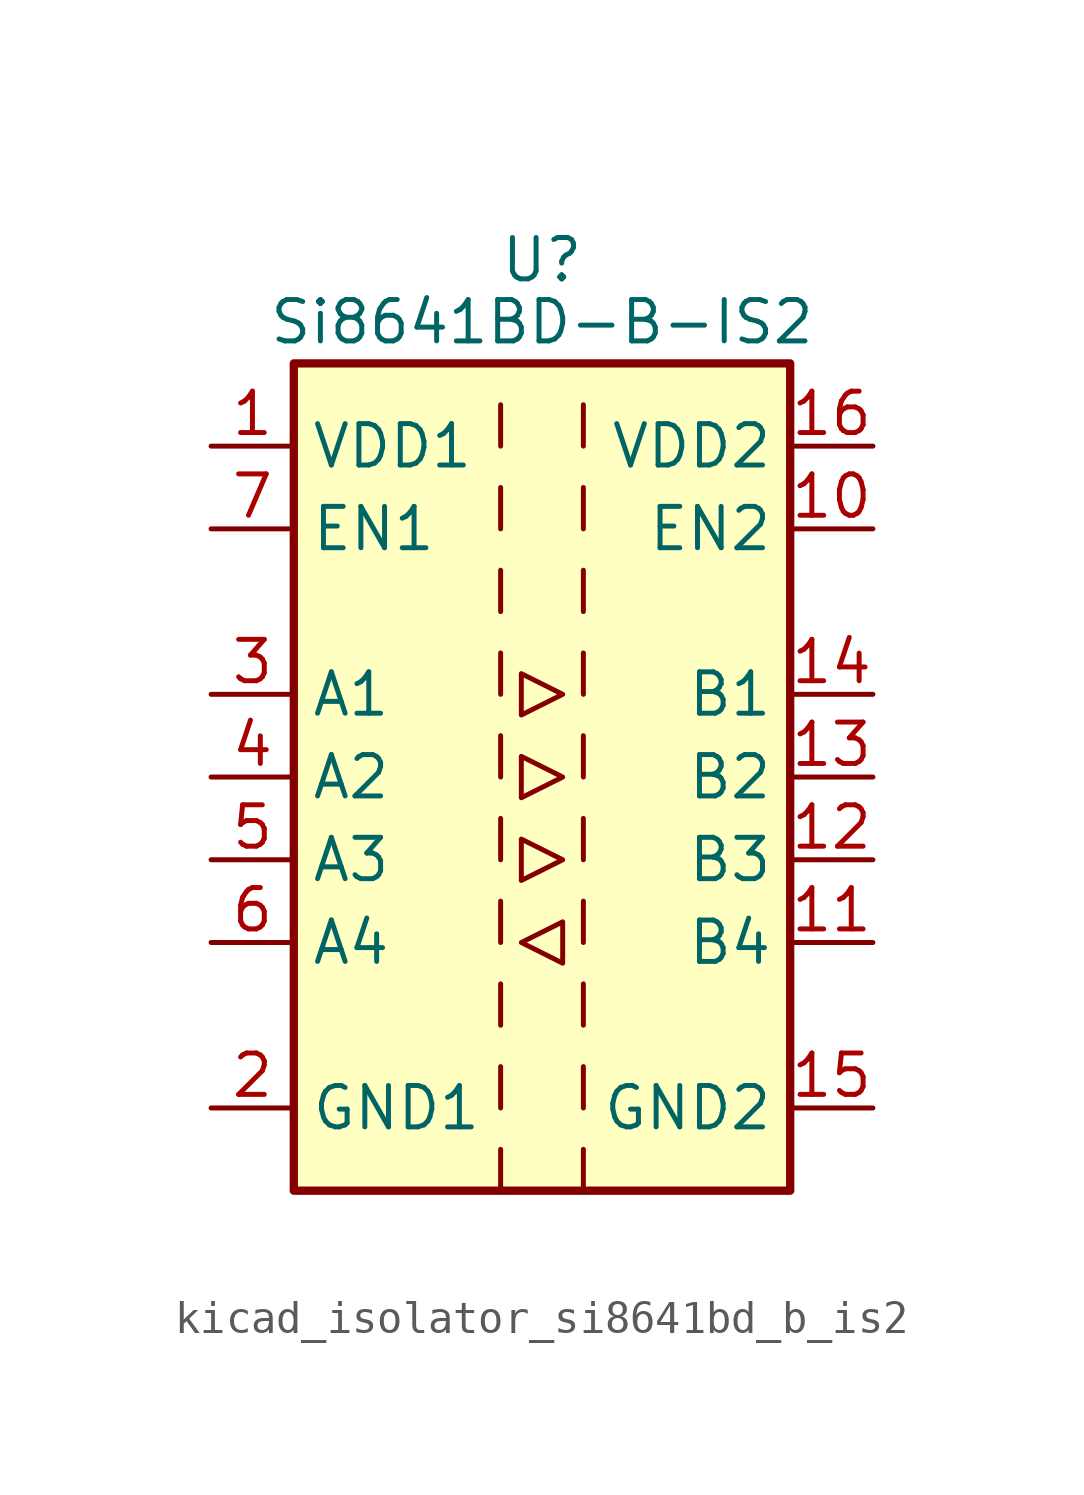
<source format=kicad_sym>
(kicad_symbol_lib
  (version 20220914)
  (generator kicad_symbol_editor)
  (symbol "kicad_isolator_si8641bd_b_is2"
    (property "Reference" "U"
      (at 0 15.875 0)
      (effects (font (size 1.27 1.27))))
    (property "Value" "Si8641BD-B-IS2"
      (at 0 13.97 0)
      (effects (font (size 1.27 1.27))))
    (symbol "kicad_isolator_si8641bd_b_is2_0_1"
      (rectangle (start -7.62 12.7) (end 7.62 -12.7) (stroke (width 0.254) (type default)) (fill (type background)))
      (polyline (pts (xy -1.27 -11.43) (xy -1.27 -12.7)) (stroke (width 0) (type default)) (fill (type none)))
      (polyline (pts (xy -1.27 -8.89) (xy -1.27 -10.16)) (stroke (width 0) (type default)) (fill (type none)))
      (polyline (pts (xy -1.27 -6.35) (xy -1.27 -7.62)) (stroke (width 0) (type default)) (fill (type none)))
      (polyline (pts (xy -1.27 -3.81) (xy -1.27 -5.08)) (stroke (width 0) (type default)) (fill (type none)))
      (polyline (pts (xy -1.27 -1.27) (xy -1.27 -2.54)) (stroke (width 0) (type default)) (fill (type none)))
      (polyline (pts (xy -1.27 1.27) (xy -1.27 0)) (stroke (width 0) (type default)) (fill (type none)))
      (polyline (pts (xy -1.27 3.81) (xy -1.27 2.54)) (stroke (width 0) (type default)) (fill (type none)))
      (polyline (pts (xy -1.27 6.35) (xy -1.27 5.08)) (stroke (width 0) (type default)) (fill (type none)))
      (polyline (pts (xy -1.27 8.89) (xy -1.27 7.62)) (stroke (width 0) (type default)) (fill (type none)))
      (polyline (pts (xy -1.27 11.43) (xy -1.27 10.16)) (stroke (width 0) (type default)) (fill (type none)))
      (polyline (pts (xy 1.27 -11.43) (xy 1.27 -12.7)) (stroke (width 0) (type default)) (fill (type none)))
      (polyline (pts (xy 1.27 -8.89) (xy 1.27 -10.16)) (stroke (width 0) (type default)) (fill (type none)))
      (polyline (pts (xy 1.27 -6.35) (xy 1.27 -7.62)) (stroke (width 0) (type default)) (fill (type none)))
      (polyline (pts (xy 1.27 -3.81) (xy 1.27 -5.08)) (stroke (width 0) (type default)) (fill (type none)))
      (polyline (pts (xy 1.27 -1.27) (xy 1.27 -2.54)) (stroke (width 0) (type default)) (fill (type none)))
      (polyline (pts (xy 1.27 1.27) (xy 1.27 0)) (stroke (width 0) (type default)) (fill (type none)))
      (polyline (pts (xy 1.27 3.81) (xy 1.27 2.54)) (stroke (width 0) (type default)) (fill (type none)))
      (polyline (pts (xy 1.27 6.35) (xy 1.27 5.08)) (stroke (width 0) (type default)) (fill (type none)))
      (polyline (pts (xy 1.27 8.89) (xy 1.27 7.62)) (stroke (width 0) (type default)) (fill (type none)))
      (polyline (pts (xy 1.27 11.43) (xy 1.27 10.16)) (stroke (width 0) (type default)) (fill (type none)))
      (polyline (pts (xy -0.635 -5.08) (xy 0.635 -4.445) (xy 0.635 -5.715) (xy -0.635 -5.08)) (stroke (width 0) (type default)) (fill (type none)))
      (polyline (pts (xy -0.635 0.635) (xy -0.635 -0.635) (xy 0.635 0) (xy -0.635 0.635)) (stroke (width 0) (type default)) (fill (type none)))
      (polyline (pts (xy -0.635 3.175) (xy -0.635 1.905) (xy 0.635 2.54) (xy -0.635 3.175)) (stroke (width 0) (type default)) (fill (type none)))
      (polyline (pts (xy 0.635 -2.54) (xy -0.635 -1.905) (xy -0.635 -3.175) (xy 0.635 -2.54)) (stroke (width 0) (type default)) (fill (type none))))
    (symbol "kicad_isolator_si8641bd_b_is2_1_1"
      (pin power_in line (at -10.16 10.16 0) (length 2.54) (name "VDD1" (effects (font (size 1.27 1.27)))) (number "1" (effects (font (size 1.27 1.27)))))
      (pin input line (at 10.16 7.62 180) (length 2.54) (name "EN2" (effects (font (size 1.27 1.27)))) (number "10" (effects (font (size 1.27 1.27)))))
      (pin input line (at 10.16 -5.08 180) (length 2.54) (name "B4" (effects (font (size 1.27 1.27)))) (number "11" (effects (font (size 1.27 1.27)))))
      (pin output line (at 10.16 -2.54 180) (length 2.54) (name "B3" (effects (font (size 1.27 1.27)))) (number "12" (effects (font (size 1.27 1.27)))))
      (pin output line (at 10.16 0 180) (length 2.54) (name "B2" (effects (font (size 1.27 1.27)))) (number "13" (effects (font (size 1.27 1.27)))))
      (pin output line (at 10.16 2.54 180) (length 2.54) (name "B1" (effects (font (size 1.27 1.27)))) (number "14" (effects (font (size 1.27 1.27)))))
      (pin power_in line (at 10.16 -10.16 180) (length 2.54) (name "GND2" (effects (font (size 1.27 1.27)))) (number "15" (effects (font (size 1.27 1.27)))))
      (pin power_in line (at 10.16 10.16 180) (length 2.54) (name "VDD2" (effects (font (size 1.27 1.27)))) (number "16" (effects (font (size 1.27 1.27)))))
      (pin power_in line (at -10.16 -10.16 0) (length 2.54) (name "GND1" (effects (font (size 1.27 1.27)))) (number "2" (effects (font (size 1.27 1.27)))))
      (pin input line (at -10.16 2.54 0) (length 2.54) (name "A1" (effects (font (size 1.27 1.27)))) (number "3" (effects (font (size 1.27 1.27)))))
      (pin input line (at -10.16 0 0) (length 2.54) (name "A2" (effects (font (size 1.27 1.27)))) (number "4" (effects (font (size 1.27 1.27)))))
      (pin input line (at -10.16 -2.54 0) (length 2.54) (name "A3" (effects (font (size 1.27 1.27)))) (number "5" (effects (font (size 1.27 1.27)))))
      (pin output line (at -10.16 -5.08 0) (length 2.54) (name "A4" (effects (font (size 1.27 1.27)))) (number "6" (effects (font (size 1.27 1.27)))))
      (pin input line (at -10.16 7.62 0) (length 2.54) (name "EN1" (effects (font (size 1.27 1.27)))) (number "7" (effects (font (size 1.27 1.27)))))
      (pin passive line (at -10.16 -10.16 0) (length 2.54) hide (name "GND1" (effects (font (size 1.27 1.27)))) (number "8" (effects (font (size 1.27 1.27)))))
      (pin passive line (at 10.16 -10.16 180) (length 2.54) hide (name "GND2" (effects (font (size 1.27 1.27)))) (number "9" (effects (font (size 1.27 1.27))))))))
</source>
